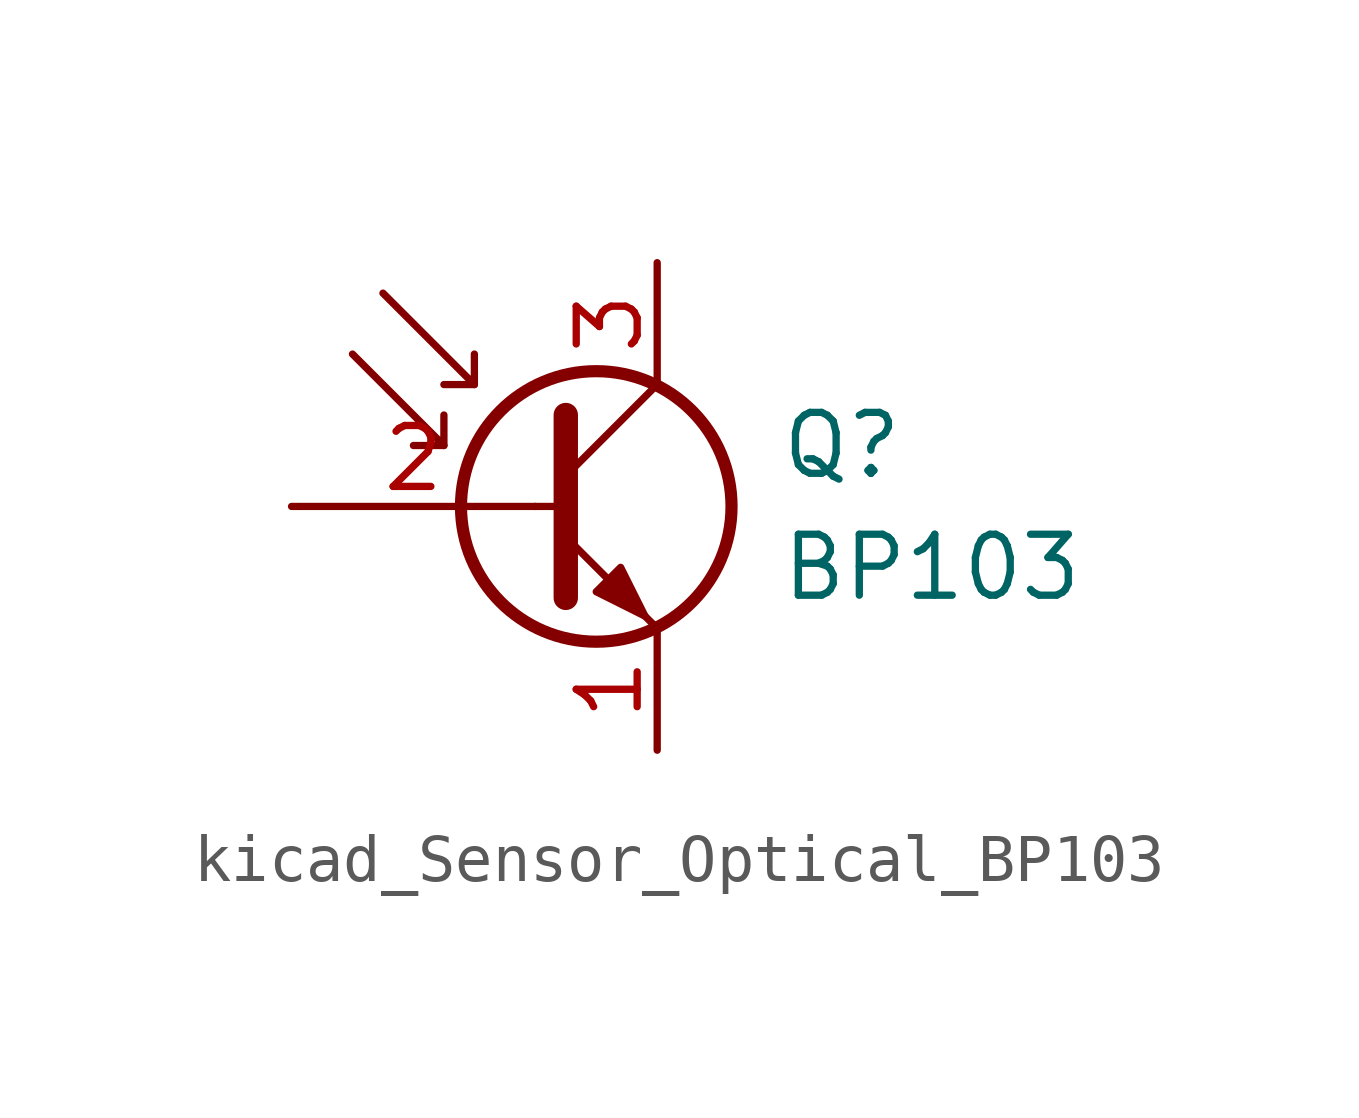
<source format=kicad_sym>
(kicad_symbol_lib
  (version 20220914)
  (generator kicad_symbol_editor)
  (symbol "kicad_Sensor_Optical_BP103"
    (pin_names
      (offset 0) hide)
    (property "Reference" "Q"
      (at 5.08 1.27 0)
      (effects (font (size 1.27 1.27)) (justify left)))
    (property "Value" "BP103"
      (at 5.08 -1.27 0)
      (effects (font (size 1.27 1.27)) (justify left)))
    (symbol "kicad_Sensor_Optical_BP103_0_0"
      (polyline (pts (xy 0 0) (xy 0.635 0)) (stroke (width 0) (type default)) (fill (type none))))
    (symbol "kicad_Sensor_Optical_BP103_0_1"
      (polyline (pts (xy -1.905 1.27) (xy -2.54 1.27)) (stroke (width 0) (type default)) (fill (type none)))
      (polyline (pts (xy -1.27 2.54) (xy -1.905 2.54)) (stroke (width 0) (type default)) (fill (type none)))
      (polyline (pts (xy 0.635 0.635) (xy 2.54 2.54)) (stroke (width 0) (type default)) (fill (type none)))
      (polyline (pts (xy -3.81 3.175) (xy -1.905 1.27) (xy -1.905 1.905)) (stroke (width 0) (type default)) (fill (type none)))
      (polyline (pts (xy -3.175 4.445) (xy -1.27 2.54) (xy -1.27 3.175)) (stroke (width 0) (type default)) (fill (type none)))
      (polyline (pts (xy 0.635 -0.635) (xy 2.54 -2.54) (xy 2.54 -2.54)) (stroke (width 0) (type default)) (fill (type none)))
      (polyline (pts (xy 0.635 1.905) (xy 0.635 -1.905) (xy 0.635 -1.905)) (stroke (width 0.508) (type default)) (fill (type none)))
      (polyline (pts (xy 1.27 -1.778) (xy 1.778 -1.27) (xy 2.286 -2.286) (xy 1.27 -1.778) (xy 1.27 -1.778)) (stroke (width 0) (type default)) (fill (type outline)))
      (circle (center 1.27 0) (radius 2.819) (stroke (width 0.254) (type default)) (fill (type none))))
    (symbol "kicad_Sensor_Optical_BP103_1_1"
      (pin passive line (at 2.54 -5.08 90) (length 2.54) (name "E" (effects (font (size 1.27 1.27)))) (number "1" (effects (font (size 1.27 1.27)))))
      (pin input line (at -5.08 0 0) (length 5.08) (name "B" (effects (font (size 1.27 1.27)))) (number "2" (effects (font (size 1.27 1.27)))))
      (pin passive line (at 2.54 5.08 270) (length 2.54) (name "C" (effects (font (size 1.27 1.27)))) (number "3" (effects (font (size 1.27 1.27))))))))
</source>
